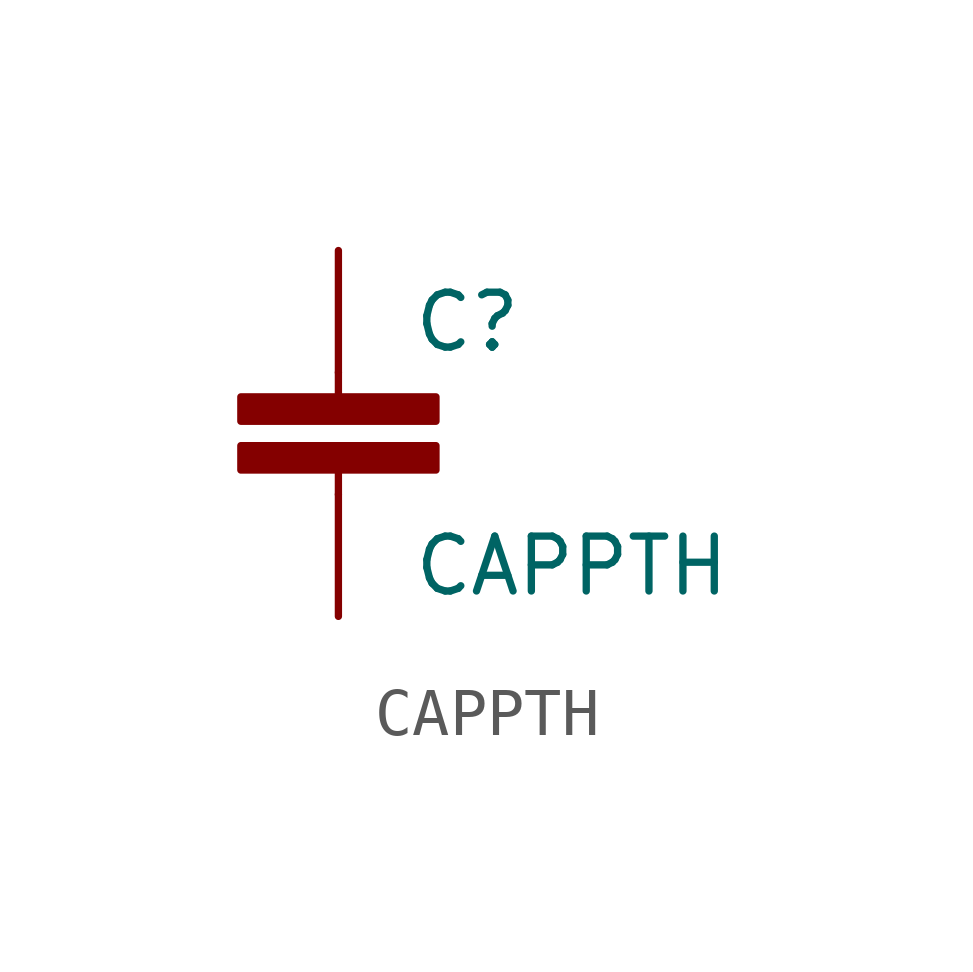
<source format=kicad_sym>
(kicad_symbol_lib
  (version 20211014)
  (generator kicad_symbol_editor)
  (symbol "CAPPTH"
    (pin_numbers hide)
    (pin_names
      (offset 1.016) hide)
    (property "Reference" "C"
      (at 1.524 2.921 0)
      (effects (font (size 1.143 1.143)) (justify left bottom)))
    (property "Value" "CAPPTH"
      (at 1.524 -2.159 0)
      (effects (font (size 1.143 1.143)) (justify left bottom)))
    (property "ki_locked" ""
      (at 0 0 0)
      (effects (font (size 1.27 1.27))))
    (symbol "CAPPTH_1_0"
      (polyline (pts (xy 0 0) (xy 0 0.508)) (stroke (width 0) (type default) (color 0 0 0 0)) (fill (type none)))
      (polyline (pts (xy 0 2.54) (xy 0 2.032)) (stroke (width 0) (type default) (color 0 0 0 0)) (fill (type none))))
    (symbol "CAPPTH_1_1"
      (rectangle (start -2.032 0.508) (end 2.032 1.016) (stroke (width 0) (type default) (color 0 0 0 0)) (fill (type outline)))
      (rectangle (start -2.032 1.524) (end 2.032 2.032) (stroke (width 0) (type default) (color 0 0 0 0)) (fill (type outline)))
      (pin passive line (at 0 5.08 270) (length 2.54) (name "1" (effects (font (size 1.016 1.016)))) (number "1" (effects (font (size 1.016 1.016)))))
      (pin passive line (at 0 -2.54 90) (length 2.54) (name "2" (effects (font (size 1.016 1.016)))) (number "2" (effects (font (size 1.016 1.016))))))))
</source>
